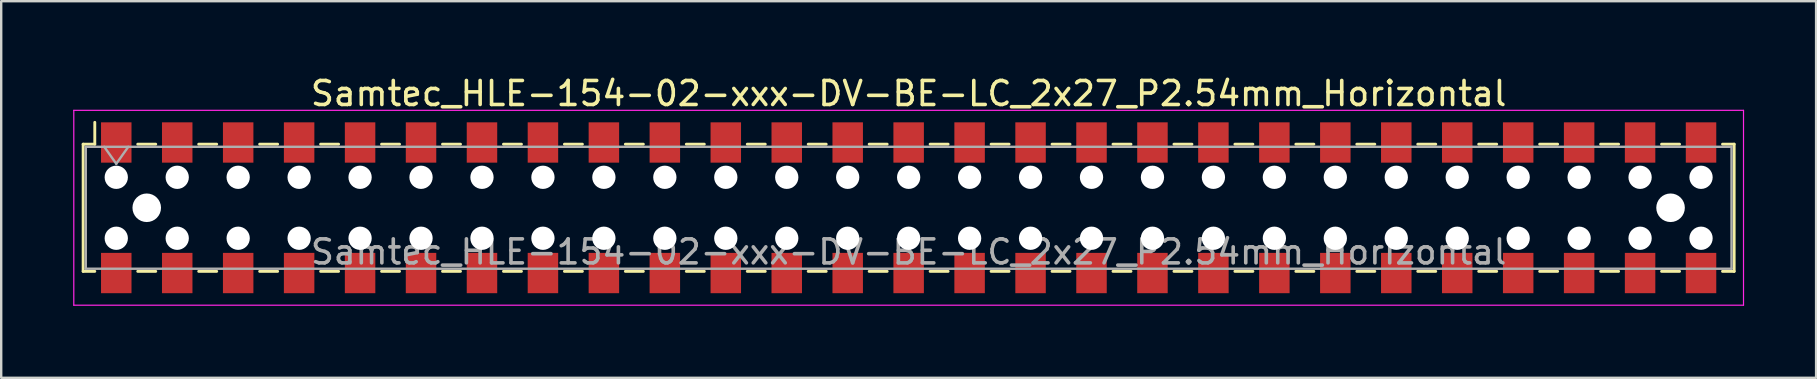
<source format=kicad_pcb>
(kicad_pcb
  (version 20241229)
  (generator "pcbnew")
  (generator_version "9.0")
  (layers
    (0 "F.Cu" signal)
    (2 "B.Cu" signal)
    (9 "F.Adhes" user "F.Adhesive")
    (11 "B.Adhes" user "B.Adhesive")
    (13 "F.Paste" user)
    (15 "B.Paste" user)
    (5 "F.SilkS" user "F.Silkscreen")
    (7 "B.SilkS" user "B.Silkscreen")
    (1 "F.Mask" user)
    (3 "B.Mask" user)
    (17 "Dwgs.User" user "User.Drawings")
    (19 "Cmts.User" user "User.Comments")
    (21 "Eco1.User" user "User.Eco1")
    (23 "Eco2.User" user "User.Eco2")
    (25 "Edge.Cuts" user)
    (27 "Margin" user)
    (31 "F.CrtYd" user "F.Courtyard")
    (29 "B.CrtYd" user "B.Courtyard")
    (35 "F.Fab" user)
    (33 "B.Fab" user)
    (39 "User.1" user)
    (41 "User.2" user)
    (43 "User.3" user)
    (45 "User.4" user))
  (footprint "Samtec_HLE-154-02-xxx-DV-BE-LC_2x27_P2.54mm_Horizontal"
    (layer "F.Cu")
    (at 34.815 5.608)
    (property "Reference" "Samtec_HLE-154-02-xxx-DV-BE-LC_2x27_P2.54mm_Horizontal" (at 0 -4.76 0) (layer "F.SilkS") (effects (font (size 1 1) (thickness 0.15))))
    (attr smd)
    (fp_line (start -34.4 -2.65) (end -34.4 2.65) (stroke (width 0.12) (type solid)) (layer "F.SilkS"))
    (fp_line (start -34.4 2.65) (end -33.915 2.65) (stroke (width 0.12) (type solid)) (layer "F.SilkS"))
    (fp_line (start -33.915 -3.56) (end -33.915 -2.65) (stroke (width 0.12) (type solid)) (layer "F.SilkS"))
    (fp_line (start -33.915 -2.65) (end -34.4 -2.65) (stroke (width 0.12) (type solid)) (layer "F.SilkS"))
    (fp_line (start -32.125 -2.65) (end -31.375 -2.65) (stroke (width 0.12) (type solid)) (layer "F.SilkS"))
    (fp_line (start -32.125 2.65) (end -31.375 2.65) (stroke (width 0.12) (type solid)) (layer "F.SilkS"))
    (fp_line (start -29.585 -2.65) (end -28.835 -2.65) (stroke (width 0.12) (type solid)) (layer "F.SilkS"))
    (fp_line (start -29.585 2.65) (end -28.835 2.65) (stroke (width 0.12) (type solid)) (layer "F.SilkS"))
    (fp_line (start -27.045 -2.65) (end -26.295 -2.65) (stroke (width 0.12) (type solid)) (layer "F.SilkS"))
    (fp_line (start -27.045 2.65) (end -26.295 2.65) (stroke (width 0.12) (type solid)) (layer "F.SilkS"))
    (fp_line (start -24.505 -2.65) (end -23.755 -2.65) (stroke (width 0.12) (type solid)) (layer "F.SilkS"))
    (fp_line (start -24.505 2.65) (end -23.755 2.65) (stroke (width 0.12) (type solid)) (layer "F.SilkS"))
    (fp_line (start -21.965 -2.65) (end -21.215 -2.65) (stroke (width 0.12) (type solid)) (layer "F.SilkS"))
    (fp_line (start -21.965 2.65) (end -21.215 2.65) (stroke (width 0.12) (type solid)) (layer "F.SilkS"))
    (fp_line (start -19.425 -2.65) (end -18.675 -2.65) (stroke (width 0.12) (type solid)) (layer "F.SilkS"))
    (fp_line (start -19.425 2.65) (end -18.675 2.65) (stroke (width 0.12) (type solid)) (layer "F.SilkS"))
    (fp_line (start -16.885 -2.65) (end -16.135 -2.65) (stroke (width 0.12) (type solid)) (layer "F.SilkS"))
    (fp_line (start -16.885 2.65) (end -16.135 2.65) (stroke (width 0.12) (type solid)) (layer "F.SilkS"))
    (fp_line (start -14.345 -2.65) (end -13.595 -2.65) (stroke (width 0.12) (type solid)) (layer "F.SilkS"))
    (fp_line (start -14.345 2.65) (end -13.595 2.65) (stroke (width 0.12) (type solid)) (layer "F.SilkS"))
    (fp_line (start -11.805 -2.65) (end -11.055 -2.65) (stroke (width 0.12) (type solid)) (layer "F.SilkS"))
    (fp_line (start -11.805 2.65) (end -11.055 2.65) (stroke (width 0.12) (type solid)) (layer "F.SilkS"))
    (fp_line (start -9.265 -2.65) (end -8.515 -2.65) (stroke (width 0.12) (type solid)) (layer "F.SilkS"))
    (fp_line (start -9.265 2.65) (end -8.515 2.65) (stroke (width 0.12) (type solid)) (layer "F.SilkS"))
    (fp_line (start -6.725 -2.65) (end -5.975 -2.65) (stroke (width 0.12) (type solid)) (layer "F.SilkS"))
    (fp_line (start -6.725 2.65) (end -5.975 2.65) (stroke (width 0.12) (type solid)) (layer "F.SilkS"))
    (fp_line (start -4.185 -2.65) (end -3.435 -2.65) (stroke (width 0.12) (type solid)) (layer "F.SilkS"))
    (fp_line (start -4.185 2.65) (end -3.435 2.65) (stroke (width 0.12) (type solid)) (layer "F.SilkS"))
    (fp_line (start -1.645 -2.65) (end -0.895 -2.65) (stroke (width 0.12) (type solid)) (layer "F.SilkS"))
    (fp_line (start -1.645 2.65) (end -0.895 2.65) (stroke (width 0.12) (type solid)) (layer "F.SilkS"))
    (fp_line (start 0.895 -2.65) (end 1.645 -2.65) (stroke (width 0.12) (type solid)) (layer "F.SilkS"))
    (fp_line (start 0.895 2.65) (end 1.645 2.65) (stroke (width 0.12) (type solid)) (layer "F.SilkS"))
    (fp_line (start 3.435 -2.65) (end 4.185 -2.65) (stroke (width 0.12) (type solid)) (layer "F.SilkS"))
    (fp_line (start 3.435 2.65) (end 4.185 2.65) (stroke (width 0.12) (type solid)) (layer "F.SilkS"))
    (fp_line (start 5.975 -2.65) (end 6.725 -2.65) (stroke (width 0.12) (type solid)) (layer "F.SilkS"))
    (fp_line (start 5.975 2.65) (end 6.725 2.65) (stroke (width 0.12) (type solid)) (layer "F.SilkS"))
    (fp_line (start 8.515 -2.65) (end 9.265 -2.65) (stroke (width 0.12) (type solid)) (layer "F.SilkS"))
    (fp_line (start 8.515 2.65) (end 9.265 2.65) (stroke (width 0.12) (type solid)) (layer "F.SilkS"))
    (fp_line (start 11.055 -2.65) (end 11.805 -2.65) (stroke (width 0.12) (type solid)) (layer "F.SilkS"))
    (fp_line (start 11.055 2.65) (end 11.805 2.65) (stroke (width 0.12) (type solid)) (layer "F.SilkS"))
    (fp_line (start 13.595 -2.65) (end 14.345 -2.65) (stroke (width 0.12) (type solid)) (layer "F.SilkS"))
    (fp_line (start 13.595 2.65) (end 14.345 2.65) (stroke (width 0.12) (type solid)) (layer "F.SilkS"))
    (fp_line (start 16.135 -2.65) (end 16.885 -2.65) (stroke (width 0.12) (type solid)) (layer "F.SilkS"))
    (fp_line (start 16.135 2.65) (end 16.885 2.65) (stroke (width 0.12) (type solid)) (layer "F.SilkS"))
    (fp_line (start 18.675 -2.65) (end 19.425 -2.65) (stroke (width 0.12) (type solid)) (layer "F.SilkS"))
    (fp_line (start 18.675 2.65) (end 19.425 2.65) (stroke (width 0.12) (type solid)) (layer "F.SilkS"))
    (fp_line (start 21.215 -2.65) (end 21.965 -2.65) (stroke (width 0.12) (type solid)) (layer "F.SilkS"))
    (fp_line (start 21.215 2.65) (end 21.965 2.65) (stroke (width 0.12) (type solid)) (layer "F.SilkS"))
    (fp_line (start 23.755 -2.65) (end 24.505 -2.65) (stroke (width 0.12) (type solid)) (layer "F.SilkS"))
    (fp_line (start 23.755 2.65) (end 24.505 2.65) (stroke (width 0.12) (type solid)) (layer "F.SilkS"))
    (fp_line (start 26.295 -2.65) (end 27.045 -2.65) (stroke (width 0.12) (type solid)) (layer "F.SilkS"))
    (fp_line (start 26.295 2.65) (end 27.045 2.65) (stroke (width 0.12) (type solid)) (layer "F.SilkS"))
    (fp_line (start 28.835 -2.65) (end 29.585 -2.65) (stroke (width 0.12) (type solid)) (layer "F.SilkS"))
    (fp_line (start 28.835 2.65) (end 29.585 2.65) (stroke (width 0.12) (type solid)) (layer "F.SilkS"))
    (fp_line (start 31.375 -2.65) (end 32.125 -2.65) (stroke (width 0.12) (type solid)) (layer "F.SilkS"))
    (fp_line (start 31.375 2.65) (end 32.125 2.65) (stroke (width 0.12) (type solid)) (layer "F.SilkS"))
    (fp_line (start 33.915 -2.65) (end 34.4 -2.65) (stroke (width 0.12) (type solid)) (layer "F.SilkS"))
    (fp_line (start 34.4 -2.65) (end 34.4 2.65) (stroke (width 0.12) (type solid)) (layer "F.SilkS"))
    (fp_line (start 34.4 2.65) (end 33.915 2.65) (stroke (width 0.12) (type solid)) (layer "F.SilkS"))
    (fp_line (start -34.79 -4.06) (end 34.79 -4.06) (stroke (width 0.05) (type solid)) (layer "F.CrtYd"))
    (fp_line (start -34.79 4.06) (end -34.79 -4.06) (stroke (width 0.05) (type solid)) (layer "F.CrtYd"))
    (fp_line (start 34.79 -4.06) (end 34.79 4.06) (stroke (width 0.05) (type solid)) (layer "F.CrtYd"))
    (fp_line (start 34.79 4.06) (end -34.79 4.06) (stroke (width 0.05) (type solid)) (layer "F.CrtYd"))
    (fp_line (start -34.29 -2.54) (end 34.29 -2.54) (stroke (width 0.1) (type solid)) (layer "F.Fab"))
    (fp_line (start -34.29 2.54) (end -34.29 -2.54) (stroke (width 0.1) (type solid)) (layer "F.Fab"))
    (fp_line (start -33.52 -2.54) (end -33.02 -1.833) (stroke (width 0.1) (type solid)) (layer "F.Fab"))
    (fp_line (start -33.02 -1.833) (end -32.52 -2.54) (stroke (width 0.1) (type solid)) (layer "F.Fab"))
    (fp_line (start 34.29 -2.54) (end 34.29 2.54) (stroke (width 0.1) (type solid)) (layer "F.Fab"))
    (fp_line (start 34.29 2.54) (end -34.29 2.54) (stroke (width 0.1) (type solid)) (layer "F.Fab"))
    (fp_text user "${REFERENCE}" (at 0 1.84 0) (layer "F.Fab") (effects (font (size 1 1) (thickness 0.15))))
    (pad "" np_thru_hole circle (at -33.02 -1.27) (size 0.97 0.97) (drill 0.97) (layers "*.Cu" "*.Mask"))
    (pad "" np_thru_hole circle (at -33.02 1.27) (size 0.97 0.97) (drill 0.97) (layers "*.Cu" "*.Mask"))
    (pad "" np_thru_hole circle (at -31.75 0) (size 1.19 1.19) (drill 1.19) (layers "*.Cu" "*.Mask"))
    (pad "" np_thru_hole circle (at -30.48 -1.27) (size 0.97 0.97) (drill 0.97) (layers "*.Cu" "*.Mask"))
    (pad "" np_thru_hole circle (at -30.48 1.27) (size 0.97 0.97) (drill 0.97) (layers "*.Cu" "*.Mask"))
    (pad "" np_thru_hole circle (at -27.94 -1.27) (size 0.97 0.97) (drill 0.97) (layers "*.Cu" "*.Mask"))
    (pad "" np_thru_hole circle (at -27.94 1.27) (size 0.97 0.97) (drill 0.97) (layers "*.Cu" "*.Mask"))
    (pad "" np_thru_hole circle (at -25.4 -1.27) (size 0.97 0.97) (drill 0.97) (layers "*.Cu" "*.Mask"))
    (pad "" np_thru_hole circle (at -25.4 1.27) (size 0.97 0.97) (drill 0.97) (layers "*.Cu" "*.Mask"))
    (pad "" np_thru_hole circle (at -22.86 -1.27) (size 0.97 0.97) (drill 0.97) (layers "*.Cu" "*.Mask"))
    (pad "" np_thru_hole circle (at -22.86 1.27) (size 0.97 0.97) (drill 0.97) (layers "*.Cu" "*.Mask"))
    (pad "" np_thru_hole circle (at -20.32 -1.27) (size 0.97 0.97) (drill 0.97) (layers "*.Cu" "*.Mask"))
    (pad "" np_thru_hole circle (at -20.32 1.27) (size 0.97 0.97) (drill 0.97) (layers "*.Cu" "*.Mask"))
    (pad "" np_thru_hole circle (at -17.78 -1.27) (size 0.97 0.97) (drill 0.97) (layers "*.Cu" "*.Mask"))
    (pad "" np_thru_hole circle (at -17.78 1.27) (size 0.97 0.97) (drill 0.97) (layers "*.Cu" "*.Mask"))
    (pad "" np_thru_hole circle (at -15.24 -1.27) (size 0.97 0.97) (drill 0.97) (layers "*.Cu" "*.Mask"))
    (pad "" np_thru_hole circle (at -15.24 1.27) (size 0.97 0.97) (drill 0.97) (layers "*.Cu" "*.Mask"))
    (pad "" np_thru_hole circle (at -12.7 -1.27) (size 0.97 0.97) (drill 0.97) (layers "*.Cu" "*.Mask"))
    (pad "" np_thru_hole circle (at -12.7 1.27) (size 0.97 0.97) (drill 0.97) (layers "*.Cu" "*.Mask"))
    (pad "" np_thru_hole circle (at -10.16 -1.27) (size 0.97 0.97) (drill 0.97) (layers "*.Cu" "*.Mask"))
    (pad "" np_thru_hole circle (at -10.16 1.27) (size 0.97 0.97) (drill 0.97) (layers "*.Cu" "*.Mask"))
    (pad "" np_thru_hole circle (at -7.62 -1.27) (size 0.97 0.97) (drill 0.97) (layers "*.Cu" "*.Mask"))
    (pad "" np_thru_hole circle (at -7.62 1.27) (size 0.97 0.97) (drill 0.97) (layers "*.Cu" "*.Mask"))
    (pad "" np_thru_hole circle (at -5.08 -1.27) (size 0.97 0.97) (drill 0.97) (layers "*.Cu" "*.Mask"))
    (pad "" np_thru_hole circle (at -5.08 1.27) (size 0.97 0.97) (drill 0.97) (layers "*.Cu" "*.Mask"))
    (pad "" np_thru_hole circle (at -2.54 -1.27) (size 0.97 0.97) (drill 0.97) (layers "*.Cu" "*.Mask"))
    (pad "" np_thru_hole circle (at -2.54 1.27) (size 0.97 0.97) (drill 0.97) (layers "*.Cu" "*.Mask"))
    (pad "" np_thru_hole circle (at 0 -1.27) (size 0.97 0.97) (drill 0.97) (layers "*.Cu" "*.Mask"))
    (pad "" np_thru_hole circle (at 0 1.27) (size 0.97 0.97) (drill 0.97) (layers "*.Cu" "*.Mask"))
    (pad "" np_thru_hole circle (at 2.54 -1.27) (size 0.97 0.97) (drill 0.97) (layers "*.Cu" "*.Mask"))
    (pad "" np_thru_hole circle (at 2.54 1.27) (size 0.97 0.97) (drill 0.97) (layers "*.Cu" "*.Mask"))
    (pad "" np_thru_hole circle (at 5.08 -1.27) (size 0.97 0.97) (drill 0.97) (layers "*.Cu" "*.Mask"))
    (pad "" np_thru_hole circle (at 5.08 1.27) (size 0.97 0.97) (drill 0.97) (layers "*.Cu" "*.Mask"))
    (pad "" np_thru_hole circle (at 7.62 -1.27) (size 0.97 0.97) (drill 0.97) (layers "*.Cu" "*.Mask"))
    (pad "" np_thru_hole circle (at 7.62 1.27) (size 0.97 0.97) (drill 0.97) (layers "*.Cu" "*.Mask"))
    (pad "" np_thru_hole circle (at 10.16 -1.27) (size 0.97 0.97) (drill 0.97) (layers "*.Cu" "*.Mask"))
    (pad "" np_thru_hole circle (at 10.16 1.27) (size 0.97 0.97) (drill 0.97) (layers "*.Cu" "*.Mask"))
    (pad "" np_thru_hole circle (at 12.7 -1.27) (size 0.97 0.97) (drill 0.97) (layers "*.Cu" "*.Mask"))
    (pad "" np_thru_hole circle (at 12.7 1.27) (size 0.97 0.97) (drill 0.97) (layers "*.Cu" "*.Mask"))
    (pad "" np_thru_hole circle (at 15.24 -1.27) (size 0.97 0.97) (drill 0.97) (layers "*.Cu" "*.Mask"))
    (pad "" np_thru_hole circle (at 15.24 1.27) (size 0.97 0.97) (drill 0.97) (layers "*.Cu" "*.Mask"))
    (pad "" np_thru_hole circle (at 17.78 -1.27) (size 0.97 0.97) (drill 0.97) (layers "*.Cu" "*.Mask"))
    (pad "" np_thru_hole circle (at 17.78 1.27) (size 0.97 0.97) (drill 0.97) (layers "*.Cu" "*.Mask"))
    (pad "" np_thru_hole circle (at 20.32 -1.27) (size 0.97 0.97) (drill 0.97) (layers "*.Cu" "*.Mask"))
    (pad "" np_thru_hole circle (at 20.32 1.27) (size 0.97 0.97) (drill 0.97) (layers "*.Cu" "*.Mask"))
    (pad "" np_thru_hole circle (at 22.86 -1.27) (size 0.97 0.97) (drill 0.97) (layers "*.Cu" "*.Mask"))
    (pad "" np_thru_hole circle (at 22.86 1.27) (size 0.97 0.97) (drill 0.97) (layers "*.Cu" "*.Mask"))
    (pad "" np_thru_hole circle (at 25.4 -1.27) (size 0.97 0.97) (drill 0.97) (layers "*.Cu" "*.Mask"))
    (pad "" np_thru_hole circle (at 25.4 1.27) (size 0.97 0.97) (drill 0.97) (layers "*.Cu" "*.Mask"))
    (pad "" np_thru_hole circle (at 27.94 -1.27) (size 0.97 0.97) (drill 0.97) (layers "*.Cu" "*.Mask"))
    (pad "" np_thru_hole circle (at 27.94 1.27) (size 0.97 0.97) (drill 0.97) (layers "*.Cu" "*.Mask"))
    (pad "" np_thru_hole circle (at 30.48 -1.27) (size 0.97 0.97) (drill 0.97) (layers "*.Cu" "*.Mask"))
    (pad "" np_thru_hole circle (at 30.48 1.27) (size 0.97 0.97) (drill 0.97) (layers "*.Cu" "*.Mask"))
    (pad "" np_thru_hole circle (at 31.75 0) (size 1.19 1.19) (drill 1.19) (layers "*.Cu" "*.Mask"))
    (pad "" np_thru_hole circle (at 33.02 -1.27) (size 0.97 0.97) (drill 0.97) (layers "*.Cu" "*.Mask"))
    (pad "" np_thru_hole circle (at 33.02 1.27) (size 0.97 0.97) (drill 0.97) (layers "*.Cu" "*.Mask"))
    (pad "1" smd rect (at -33.02 -2.72) (size 1.27 1.68) (layers "F.Cu" "F.Mask" "F.Paste"))
    (pad "2" smd rect (at -33.02 2.72) (size 1.27 1.68) (layers "F.Cu" "F.Mask" "F.Paste"))
    (pad "3" smd rect (at -30.48 -2.72) (size 1.27 1.68) (layers "F.Cu" "F.Mask" "F.Paste"))
    (pad "4" smd rect (at -30.48 2.72) (size 1.27 1.68) (layers "F.Cu" "F.Mask" "F.Paste"))
    (pad "5" smd rect (at -27.94 -2.72) (size 1.27 1.68) (layers "F.Cu" "F.Mask" "F.Paste"))
    (pad "6" smd rect (at -27.94 2.72) (size 1.27 1.68) (layers "F.Cu" "F.Mask" "F.Paste"))
    (pad "7" smd rect (at -25.4 -2.72) (size 1.27 1.68) (layers "F.Cu" "F.Mask" "F.Paste"))
    (pad "8" smd rect (at -25.4 2.72) (size 1.27 1.68) (layers "F.Cu" "F.Mask" "F.Paste"))
    (pad "9" smd rect (at -22.86 -2.72) (size 1.27 1.68) (layers "F.Cu" "F.Mask" "F.Paste"))
    (pad "10" smd rect (at -22.86 2.72) (size 1.27 1.68) (layers "F.Cu" "F.Mask" "F.Paste"))
    (pad "11" smd rect (at -20.32 -2.72) (size 1.27 1.68) (layers "F.Cu" "F.Mask" "F.Paste"))
    (pad "12" smd rect (at -20.32 2.72) (size 1.27 1.68) (layers "F.Cu" "F.Mask" "F.Paste"))
    (pad "13" smd rect (at -17.78 -2.72) (size 1.27 1.68) (layers "F.Cu" "F.Mask" "F.Paste"))
    (pad "14" smd rect (at -17.78 2.72) (size 1.27 1.68) (layers "F.Cu" "F.Mask" "F.Paste"))
    (pad "15" smd rect (at -15.24 -2.72) (size 1.27 1.68) (layers "F.Cu" "F.Mask" "F.Paste"))
    (pad "16" smd rect (at -15.24 2.72) (size 1.27 1.68) (layers "F.Cu" "F.Mask" "F.Paste"))
    (pad "17" smd rect (at -12.7 -2.72) (size 1.27 1.68) (layers "F.Cu" "F.Mask" "F.Paste"))
    (pad "18" smd rect (at -12.7 2.72) (size 1.27 1.68) (layers "F.Cu" "F.Mask" "F.Paste"))
    (pad "19" smd rect (at -10.16 -2.72) (size 1.27 1.68) (layers "F.Cu" "F.Mask" "F.Paste"))
    (pad "20" smd rect (at -10.16 2.72) (size 1.27 1.68) (layers "F.Cu" "F.Mask" "F.Paste"))
    (pad "21" smd rect (at -7.62 -2.72) (size 1.27 1.68) (layers "F.Cu" "F.Mask" "F.Paste"))
    (pad "22" smd rect (at -7.62 2.72) (size 1.27 1.68) (layers "F.Cu" "F.Mask" "F.Paste"))
    (pad "23" smd rect (at -5.08 -2.72) (size 1.27 1.68) (layers "F.Cu" "F.Mask" "F.Paste"))
    (pad "24" smd rect (at -5.08 2.72) (size 1.27 1.68) (layers "F.Cu" "F.Mask" "F.Paste"))
    (pad "25" smd rect (at -2.54 -2.72) (size 1.27 1.68) (layers "F.Cu" "F.Mask" "F.Paste"))
    (pad "26" smd rect (at -2.54 2.72) (size 1.27 1.68) (layers "F.Cu" "F.Mask" "F.Paste"))
    (pad "27" smd rect (at 0 -2.72) (size 1.27 1.68) (layers "F.Cu" "F.Mask" "F.Paste"))
    (pad "28" smd rect (at 0 2.72) (size 1.27 1.68) (layers "F.Cu" "F.Mask" "F.Paste"))
    (pad "29" smd rect (at 2.54 -2.72) (size 1.27 1.68) (layers "F.Cu" "F.Mask" "F.Paste"))
    (pad "30" smd rect (at 2.54 2.72) (size 1.27 1.68) (layers "F.Cu" "F.Mask" "F.Paste"))
    (pad "31" smd rect (at 5.08 -2.72) (size 1.27 1.68) (layers "F.Cu" "F.Mask" "F.Paste"))
    (pad "32" smd rect (at 5.08 2.72) (size 1.27 1.68) (layers "F.Cu" "F.Mask" "F.Paste"))
    (pad "33" smd rect (at 7.62 -2.72) (size 1.27 1.68) (layers "F.Cu" "F.Mask" "F.Paste"))
    (pad "34" smd rect (at 7.62 2.72) (size 1.27 1.68) (layers "F.Cu" "F.Mask" "F.Paste"))
    (pad "35" smd rect (at 10.16 -2.72) (size 1.27 1.68) (layers "F.Cu" "F.Mask" "F.Paste"))
    (pad "36" smd rect (at 10.16 2.72) (size 1.27 1.68) (layers "F.Cu" "F.Mask" "F.Paste"))
    (pad "37" smd rect (at 12.7 -2.72) (size 1.27 1.68) (layers "F.Cu" "F.Mask" "F.Paste"))
    (pad "38" smd rect (at 12.7 2.72) (size 1.27 1.68) (layers "F.Cu" "F.Mask" "F.Paste"))
    (pad "39" smd rect (at 15.24 -2.72) (size 1.27 1.68) (layers "F.Cu" "F.Mask" "F.Paste"))
    (pad "40" smd rect (at 15.24 2.72) (size 1.27 1.68) (layers "F.Cu" "F.Mask" "F.Paste"))
    (pad "41" smd rect (at 17.78 -2.72) (size 1.27 1.68) (layers "F.Cu" "F.Mask" "F.Paste"))
    (pad "42" smd rect (at 17.78 2.72) (size 1.27 1.68) (layers "F.Cu" "F.Mask" "F.Paste"))
    (pad "43" smd rect (at 20.32 -2.72) (size 1.27 1.68) (layers "F.Cu" "F.Mask" "F.Paste"))
    (pad "44" smd rect (at 20.32 2.72) (size 1.27 1.68) (layers "F.Cu" "F.Mask" "F.Paste"))
    (pad "45" smd rect (at 22.86 -2.72) (size 1.27 1.68) (layers "F.Cu" "F.Mask" "F.Paste"))
    (pad "46" smd rect (at 22.86 2.72) (size 1.27 1.68) (layers "F.Cu" "F.Mask" "F.Paste"))
    (pad "47" smd rect (at 25.4 -2.72) (size 1.27 1.68) (layers "F.Cu" "F.Mask" "F.Paste"))
    (pad "48" smd rect (at 25.4 2.72) (size 1.27 1.68) (layers "F.Cu" "F.Mask" "F.Paste"))
    (pad "49" smd rect (at 27.94 -2.72) (size 1.27 1.68) (layers "F.Cu" "F.Mask" "F.Paste"))
    (pad "50" smd rect (at 27.94 2.72) (size 1.27 1.68) (layers "F.Cu" "F.Mask" "F.Paste"))
    (pad "51" smd rect (at 30.48 -2.72) (size 1.27 1.68) (layers "F.Cu" "F.Mask" "F.Paste"))
    (pad "52" smd rect (at 30.48 2.72) (size 1.27 1.68) (layers "F.Cu" "F.Mask" "F.Paste"))
    (pad "53" smd rect (at 33.02 -2.72) (size 1.27 1.68) (layers "F.Cu" "F.Mask" "F.Paste"))
    (pad "54" smd rect (at 33.02 2.72) (size 1.27 1.68) (layers "F.Cu" "F.Mask" "F.Paste")))
  (gr_rect
    (start -3 -3)
    (end 72.63 12.693)
    (stroke (width 0.1) (type default))
    (fill no)
    (layer "Edge.Cuts")))
</source>
